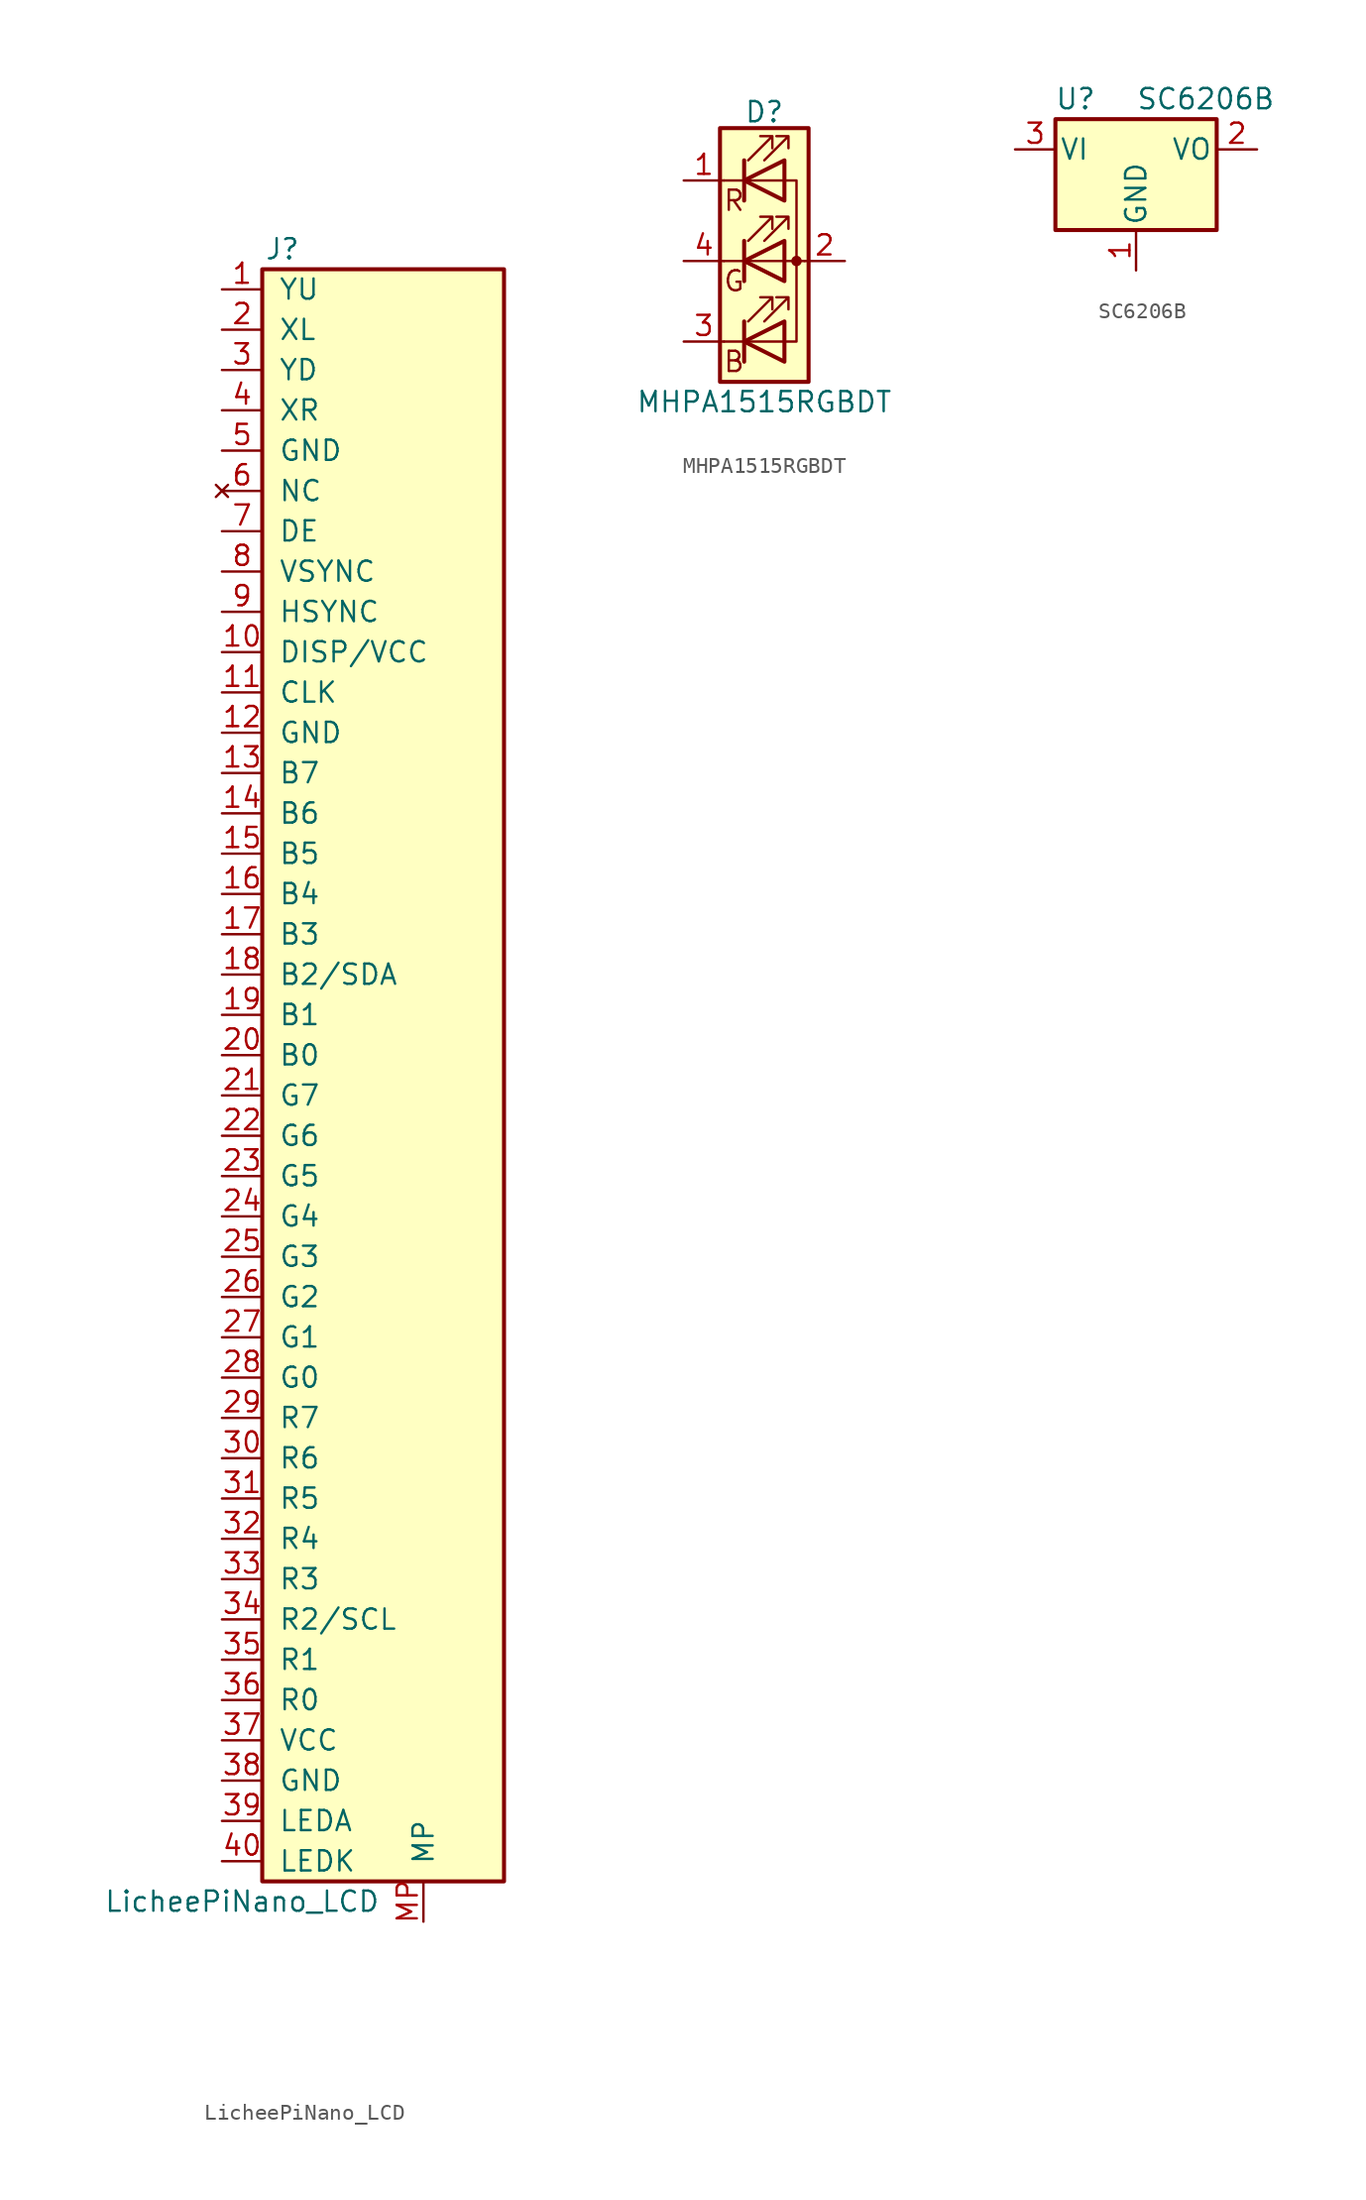
<source format=kicad_sym>
(kicad_symbol_lib
  (version 20241209)
  (generator "kicad_symbol_editor")
  (generator_version "9.0")
  (symbol "LicheePiNano_LCD"
    (pin_names
      (offset 1.016))
    (property "Reference" "J"
      (at -1.27 50.8 0)
      (effects (font (size 1.27 1.27))))
    (property "Value" "LicheePiNano_LCD"
      (at -3.81 -53.34 0)
      (effects (font (size 1.27 1.27))))
    (symbol "LicheePiNano_LCD_1_1"
      (rectangle (start -2.54 49.53) (end 12.7 -52.07) (stroke (width 0.254) (type solid)) (fill (type background)))
      (pin passive line (at -5.08 48.26 0) (length 2.54) (name "YU" (effects (font (size 1.27 1.27)))) (number "1" (effects (font (size 1.27 1.27)))))
      (pin passive line (at -5.08 45.72 0) (length 2.54) (name "XL" (effects (font (size 1.27 1.27)))) (number "2" (effects (font (size 1.27 1.27)))))
      (pin passive line (at -5.08 43.18 0) (length 2.54) (name "YD" (effects (font (size 1.27 1.27)))) (number "3" (effects (font (size 1.27 1.27)))))
      (pin passive line (at -5.08 40.64 0) (length 2.54) (name "XR" (effects (font (size 1.27 1.27)))) (number "4" (effects (font (size 1.27 1.27)))))
      (pin power_out line (at -5.08 38.1 0) (length 2.54) (name "GND" (effects (font (size 1.27 1.27)))) (number "5" (effects (font (size 1.27 1.27)))))
      (pin no_connect line (at -5.08 35.56 0) (length 2.54) (name "NC" (effects (font (size 1.27 1.27)))) (number "6" (effects (font (size 1.27 1.27)))))
      (pin output line (at -5.08 33.02 0) (length 2.54) (name "DE" (effects (font (size 1.27 1.27)))) (number "7" (effects (font (size 1.27 1.27)))))
      (pin output line (at -5.08 30.48 0) (length 2.54) (name "VSYNC" (effects (font (size 1.27 1.27)))) (number "8" (effects (font (size 1.27 1.27)))))
      (pin output line (at -5.08 27.94 0) (length 2.54) (name "HSYNC" (effects (font (size 1.27 1.27)))) (number "9" (effects (font (size 1.27 1.27)))))
      (pin power_out line (at -5.08 25.4 0) (length 2.54) (name "DISP/VCC" (effects (font (size 1.27 1.27)))) (number "10" (effects (font (size 1.27 1.27)))))
      (pin output line (at -5.08 22.86 0) (length 2.54) (name "CLK" (effects (font (size 1.27 1.27)))) (number "11" (effects (font (size 1.27 1.27)))))
      (pin power_out line (at -5.08 20.32 0) (length 2.54) (name "GND" (effects (font (size 1.27 1.27)))) (number "12" (effects (font (size 1.27 1.27)))))
      (pin output line (at -5.08 17.78 0) (length 2.54) (name "B7" (effects (font (size 1.27 1.27)))) (number "13" (effects (font (size 1.27 1.27)))))
      (pin output line (at -5.08 15.24 0) (length 2.54) (name "B6" (effects (font (size 1.27 1.27)))) (number "14" (effects (font (size 1.27 1.27)))))
      (pin output line (at -5.08 12.7 0) (length 2.54) (name "B5" (effects (font (size 1.27 1.27)))) (number "15" (effects (font (size 1.27 1.27)))))
      (pin output line (at -5.08 10.16 0) (length 2.54) (name "B4" (effects (font (size 1.27 1.27)))) (number "16" (effects (font (size 1.27 1.27)))))
      (pin output line (at -5.08 7.62 0) (length 2.54) (name "B3" (effects (font (size 1.27 1.27)))) (number "17" (effects (font (size 1.27 1.27)))))
      (pin bidirectional line (at -5.08 5.08 0) (length 2.54) (name "B2/SDA" (effects (font (size 1.27 1.27)))) (number "18" (effects (font (size 1.27 1.27)))))
      (pin output line (at -5.08 2.54 0) (length 2.54) (name "B1" (effects (font (size 1.27 1.27)))) (number "19" (effects (font (size 1.27 1.27)))))
      (pin output line (at -5.08 0 0) (length 2.54) (name "B0" (effects (font (size 1.27 1.27)))) (number "20" (effects (font (size 1.27 1.27)))))
      (pin output line (at -5.08 -2.54 0) (length 2.54) (name "G7" (effects (font (size 1.27 1.27)))) (number "21" (effects (font (size 1.27 1.27)))))
      (pin output line (at -5.08 -5.08 0) (length 2.54) (name "G6" (effects (font (size 1.27 1.27)))) (number "22" (effects (font (size 1.27 1.27)))))
      (pin output line (at -5.08 -7.62 0) (length 2.54) (name "G5" (effects (font (size 1.27 1.27)))) (number "23" (effects (font (size 1.27 1.27)))))
      (pin output line (at -5.08 -10.16 0) (length 2.54) (name "G4" (effects (font (size 1.27 1.27)))) (number "24" (effects (font (size 1.27 1.27)))))
      (pin output line (at -5.08 -12.7 0) (length 2.54) (name "G3" (effects (font (size 1.27 1.27)))) (number "25" (effects (font (size 1.27 1.27)))))
      (pin output line (at -5.08 -15.24 0) (length 2.54) (name "G2" (effects (font (size 1.27 1.27)))) (number "26" (effects (font (size 1.27 1.27)))))
      (pin output line (at -5.08 -17.78 0) (length 2.54) (name "G1" (effects (font (size 1.27 1.27)))) (number "27" (effects (font (size 1.27 1.27)))))
      (pin output line (at -5.08 -20.32 0) (length 2.54) (name "G0" (effects (font (size 1.27 1.27)))) (number "28" (effects (font (size 1.27 1.27)))))
      (pin output line (at -5.08 -22.86 0) (length 2.54) (name "R7" (effects (font (size 1.27 1.27)))) (number "29" (effects (font (size 1.27 1.27)))))
      (pin output line (at -5.08 -25.4 0) (length 2.54) (name "R6" (effects (font (size 1.27 1.27)))) (number "30" (effects (font (size 1.27 1.27)))))
      (pin output line (at -5.08 -27.94 0) (length 2.54) (name "R5" (effects (font (size 1.27 1.27)))) (number "31" (effects (font (size 1.27 1.27)))))
      (pin output line (at -5.08 -30.48 0) (length 2.54) (name "R4" (effects (font (size 1.27 1.27)))) (number "32" (effects (font (size 1.27 1.27)))))
      (pin output line (at -5.08 -33.02 0) (length 2.54) (name "R3" (effects (font (size 1.27 1.27)))) (number "33" (effects (font (size 1.27 1.27)))))
      (pin output line (at -5.08 -35.56 0) (length 2.54) (name "R2/SCL" (effects (font (size 1.27 1.27)))) (number "34" (effects (font (size 1.27 1.27)))))
      (pin output line (at -5.08 -38.1 0) (length 2.54) (name "R1" (effects (font (size 1.27 1.27)))) (number "35" (effects (font (size 1.27 1.27)))))
      (pin output line (at -5.08 -40.64 0) (length 2.54) (name "R0" (effects (font (size 1.27 1.27)))) (number "36" (effects (font (size 1.27 1.27)))))
      (pin power_out line (at -5.08 -43.18 0) (length 2.54) (name "VCC" (effects (font (size 1.27 1.27)))) (number "37" (effects (font (size 1.27 1.27)))))
      (pin power_out line (at -5.08 -45.72 0) (length 2.54) (name "GND" (effects (font (size 1.27 1.27)))) (number "38" (effects (font (size 1.27 1.27)))))
      (pin passive line (at -5.08 -48.26 0) (length 2.54) (name "LEDA" (effects (font (size 1.27 1.27)))) (number "39" (effects (font (size 1.27 1.27)))))
      (pin passive line (at -5.08 -50.8 0) (length 2.54) (name "LEDK" (effects (font (size 1.27 1.27)))) (number "40" (effects (font (size 1.27 1.27)))))
      (pin passive line (at 7.62 -54.61 90) (length 2.54) (name "MP" (effects (font (size 1.27 1.27)))) (number "MP" (effects (font (size 1.27 1.27)))))))
  (symbol "MHPA1515RGBDT"
    (pin_names
      (offset 0)
      (hide yes))
    (property "Reference" "D"
      (at 0 9.398 0)
      (effects (font (size 1.27 1.27))))
    (property "Value" "MHPA1515RGBDT"
      (at 0 -8.89 0)
      (effects (font (size 1.27 1.27))))
    (symbol "MHPA1515RGBDT_0_0"
      (text "R" (at -1.905 3.81 0) (effects (font (size 1.27 1.27))))
      (text "G" (at -1.905 -1.27 0) (effects (font (size 1.27 1.27))))
      (text "B" (at -1.905 -6.35 0) (effects (font (size 1.27 1.27)))))
    (symbol "MHPA1515RGBDT_0_1"
      (polyline (pts (xy -1.27 6.35) (xy -1.27 3.81)) (stroke (width 0.254) (type solid)) (fill (type none)))
      (polyline (pts (xy -1.27 6.35) (xy -1.27 3.81) (xy -1.27 3.81)) (stroke (width 0) (type solid)) (fill (type none)))
      (polyline (pts (xy -1.27 5.08) (xy -2.54 5.08)) (stroke (width 0) (type solid)) (fill (type none)))
      (polyline (pts (xy -1.27 5.08) (xy 1.27 5.08)) (stroke (width 0) (type solid)) (fill (type none)))
      (polyline (pts (xy -1.27 1.27) (xy -1.27 -1.27)) (stroke (width 0.254) (type solid)) (fill (type none)))
      (polyline (pts (xy -1.27 1.27) (xy -1.27 -1.27) (xy -1.27 -1.27)) (stroke (width 0) (type solid)) (fill (type none)))
      (polyline (pts (xy -1.27 0) (xy -2.54 0)) (stroke (width 0) (type solid)) (fill (type none)))
      (polyline (pts (xy -1.27 -3.81) (xy -1.27 -6.35)) (stroke (width 0.254) (type solid)) (fill (type none)))
      (polyline (pts (xy -1.27 -5.08) (xy -2.54 -5.08)) (stroke (width 0) (type solid)) (fill (type none)))
      (polyline (pts (xy -1.27 -5.08) (xy 1.27 -5.08)) (stroke (width 0) (type solid)) (fill (type none)))
      (polyline (pts (xy -1.016 6.35) (xy 0.508 7.874) (xy -0.254 7.874) (xy 0.508 7.874) (xy 0.508 7.112)) (stroke (width 0) (type solid)) (fill (type none)))
      (polyline (pts (xy -1.016 1.27) (xy 0.508 2.794) (xy -0.254 2.794) (xy 0.508 2.794) (xy 0.508 2.032)) (stroke (width 0) (type solid)) (fill (type none)))
      (polyline (pts (xy -1.016 -3.81) (xy 0.508 -2.286) (xy -0.254 -2.286) (xy 0.508 -2.286) (xy 0.508 -3.048)) (stroke (width 0) (type solid)) (fill (type none)))
      (polyline (pts (xy 0 6.35) (xy 1.524 7.874) (xy 0.762 7.874) (xy 1.524 7.874) (xy 1.524 7.112)) (stroke (width 0) (type solid)) (fill (type none)))
      (polyline (pts (xy 0 1.27) (xy 1.524 2.794) (xy 0.762 2.794) (xy 1.524 2.794) (xy 1.524 2.032)) (stroke (width 0) (type solid)) (fill (type none)))
      (polyline (pts (xy 0 -3.81) (xy 1.524 -2.286) (xy 0.762 -2.286) (xy 1.524 -2.286) (xy 1.524 -3.048)) (stroke (width 0) (type solid)) (fill (type none)))
      (polyline (pts (xy 1.27 6.35) (xy 1.27 3.81) (xy -1.27 5.08) (xy 1.27 6.35)) (stroke (width 0.254) (type solid)) (fill (type none)))
      (rectangle (start 1.27 6.35) (end 1.27 6.35) (stroke (width 0) (type solid)) (fill (type none)))
      (rectangle (start 1.27 3.81) (end 1.27 6.35) (stroke (width 0) (type solid)) (fill (type none)))
      (polyline (pts (xy 1.27 1.27) (xy 1.27 -1.27) (xy -1.27 0) (xy 1.27 1.27)) (stroke (width 0.254) (type solid)) (fill (type none)))
      (rectangle (start 1.27 1.27) (end 1.27 1.27) (stroke (width 0) (type solid)) (fill (type none)))
      (polyline (pts (xy 1.27 0) (xy -1.27 0)) (stroke (width 0) (type solid)) (fill (type none)))
      (polyline (pts (xy 1.27 0) (xy 2.54 0)) (stroke (width 0) (type solid)) (fill (type none)))
      (rectangle (start 1.27 -1.27) (end 1.27 1.27) (stroke (width 0) (type solid)) (fill (type none)))
      (polyline (pts (xy 1.27 -3.81) (xy 1.27 -6.35) (xy -1.27 -5.08) (xy 1.27 -3.81)) (stroke (width 0.254) (type solid)) (fill (type none)))
      (polyline (pts (xy 1.27 -5.08) (xy 2.032 -5.08) (xy 2.032 5.08) (xy 1.27 5.08)) (stroke (width 0) (type solid)) (fill (type none)))
      (circle (center 2.032 0) (radius 0.254) (stroke (width 0) (type solid)) (fill (type outline)))
      (rectangle (start 2.794 8.382) (end -2.794 -7.62) (stroke (width 0.254) (type solid)) (fill (type background))))
    (symbol "MHPA1515RGBDT_1_1"
      (pin passive line (at -5.08 5.08 0) (length 2.54) (name "RK" (effects (font (size 1.27 1.27)))) (number "1" (effects (font (size 1.27 1.27)))))
      (pin passive line (at -5.08 0 0) (length 2.54) (name "GK" (effects (font (size 1.27 1.27)))) (number "4" (effects (font (size 1.27 1.27)))))
      (pin passive line (at -5.08 -5.08 0) (length 2.54) (name "BK" (effects (font (size 1.27 1.27)))) (number "3" (effects (font (size 1.27 1.27)))))
      (pin passive line (at 5.08 0 180) (length 2.54) (name "A" (effects (font (size 1.27 1.27)))) (number "2" (effects (font (size 1.27 1.27)))))))
  (symbol "SC6206B"
    (pin_names
      (offset 0.254))
    (property "Reference" "U"
      (at -3.81 3.175 0)
      (effects (font (size 1.27 1.27))))
    (property "Value" "SC6206B"
      (at 0 3.175 0)
      (effects (font (size 1.27 1.27)) (justify left)))
    (symbol "SC6206B_0_1"
      (rectangle (start -5.08 1.905) (end 5.08 -5.08) (stroke (width 0.254) (type solid)) (fill (type background))))
    (symbol "SC6206B_1_1"
      (pin power_in line (at -7.62 0 0) (length 2.54) (name "VI" (effects (font (size 1.27 1.27)))) (number "3" (effects (font (size 1.27 1.27)))))
      (pin power_in line (at 0 -7.62 90) (length 2.54) (name "GND" (effects (font (size 1.27 1.27)))) (number "1" (effects (font (size 1.27 1.27)))))
      (pin power_out line (at 7.62 0 180) (length 2.54) (name "VO" (effects (font (size 1.27 1.27)))) (number "2" (effects (font (size 1.27 1.27))))))))
</source>
